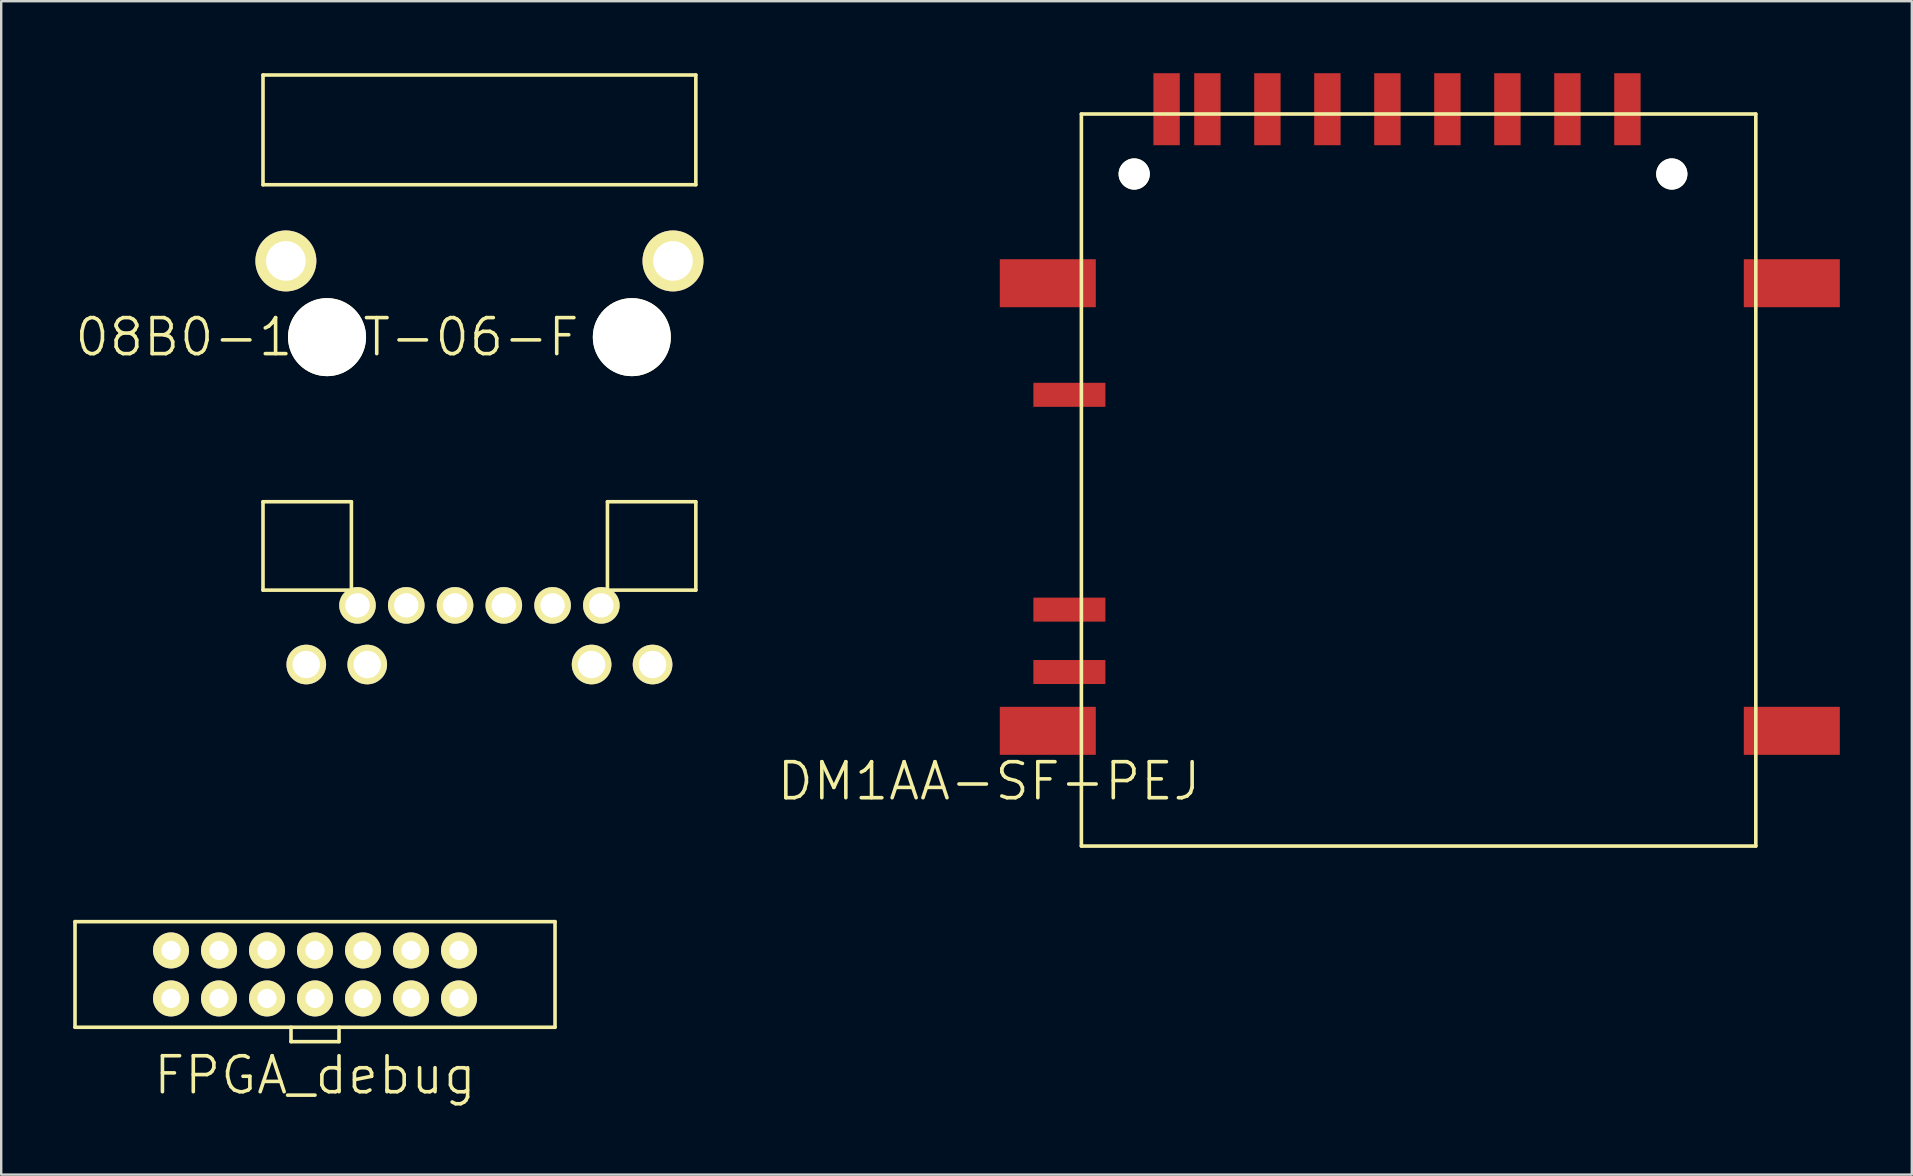
<source format=kicad_pcb>
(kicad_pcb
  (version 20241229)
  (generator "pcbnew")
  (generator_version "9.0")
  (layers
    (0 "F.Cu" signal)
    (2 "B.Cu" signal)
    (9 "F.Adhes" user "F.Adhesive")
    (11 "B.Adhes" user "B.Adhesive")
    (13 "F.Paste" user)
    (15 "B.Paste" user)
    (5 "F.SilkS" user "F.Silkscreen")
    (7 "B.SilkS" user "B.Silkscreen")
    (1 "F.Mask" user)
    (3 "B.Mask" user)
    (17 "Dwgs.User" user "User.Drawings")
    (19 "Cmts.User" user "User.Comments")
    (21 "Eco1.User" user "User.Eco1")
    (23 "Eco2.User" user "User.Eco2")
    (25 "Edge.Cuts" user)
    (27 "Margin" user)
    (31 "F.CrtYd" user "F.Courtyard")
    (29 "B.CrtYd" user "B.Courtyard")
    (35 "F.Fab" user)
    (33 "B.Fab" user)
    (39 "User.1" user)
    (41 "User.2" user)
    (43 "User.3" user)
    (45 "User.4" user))
  (footprint "FPGA_debug"
    (layer "F.Cu")
    (at 10.075 37.55)
    (property "Reference" "FPGA_debug" (at 0 4.2 0) (layer "F.SilkS") (effects (font (size 1.5 1.5) (thickness 0.15))))
    (attr through_hole)
    (fp_line (start -10 -2.2) (end -10 2.2) (stroke (width 0.15) (type solid)) (layer "F.SilkS"))
    (fp_line (start -10 2.2) (end 10 2.2) (stroke (width 0.15) (type solid)) (layer "F.SilkS"))
    (fp_line (start -1 2.2) (end -1 2.8) (stroke (width 0.15) (type solid)) (layer "F.SilkS"))
    (fp_line (start -1 2.8) (end 1 2.8) (stroke (width 0.15) (type solid)) (layer "F.SilkS"))
    (fp_line (start 1 2.8) (end 1 2.2) (stroke (width 0.15) (type solid)) (layer "F.SilkS"))
    (fp_line (start 10 -2.2) (end -10 -2.2) (stroke (width 0.15) (type solid)) (layer "F.SilkS"))
    (fp_line (start 10 2.2) (end 10 -2.2) (stroke (width 0.15) (type solid)) (layer "F.SilkS"))
    (pad "1" thru_hole circle (at -6 1) (size 1.5 1.5) (drill 0.8) (layers "*.Cu" "*.Mask" "F.SilkS"))
    (pad "2" thru_hole circle (at -6 -1) (size 1.5 1.5) (drill 0.8) (layers "*.Cu" "*.Mask" "F.SilkS"))
    (pad "3" thru_hole circle (at -4 1) (size 1.5 1.5) (drill 0.8) (layers "*.Cu" "*.Mask" "F.SilkS"))
    (pad "4" thru_hole circle (at -4 -1) (size 1.5 1.5) (drill 0.8) (layers "*.Cu" "*.Mask" "F.SilkS"))
    (pad "5" thru_hole circle (at -2 1) (size 1.5 1.5) (drill 0.8) (layers "*.Cu" "*.Mask" "F.SilkS"))
    (pad "6" thru_hole circle (at -2 -1) (size 1.5 1.5) (drill 0.8) (layers "*.Cu" "*.Mask" "F.SilkS"))
    (pad "7" thru_hole circle (at 0 1) (size 1.5 1.5) (drill 0.8) (layers "*.Cu" "*.Mask" "F.SilkS"))
    (pad "8" thru_hole circle (at 0 -1) (size 1.5 1.5) (drill 0.8) (layers "*.Cu" "*.Mask" "F.SilkS"))
    (pad "9" thru_hole circle (at 2 1) (size 1.5 1.5) (drill 0.8) (layers "*.Cu" "*.Mask" "F.SilkS"))
    (pad "10" thru_hole circle (at 2 -1) (size 1.5 1.5) (drill 0.8) (layers "*.Cu" "*.Mask" "F.SilkS"))
    (pad "11" thru_hole circle (at 4 1) (size 1.5 1.5) (drill 0.8) (layers "*.Cu" "*.Mask" "F.SilkS"))
    (pad "12" thru_hole circle (at 4 -1) (size 1.5 1.5) (drill 0.8) (layers "*.Cu" "*.Mask" "F.SilkS"))
    (pad "13" thru_hole circle (at 6 1) (size 1.5 1.5) (drill 0.8) (layers "*.Cu" "*.Mask" "F.SilkS"))
    (pad "14" thru_hole circle (at 6 -1) (size 1.5 1.5) (drill 0.8) (layers "*.Cu" "*.Mask" "F.SilkS")))
  (footprint "08B0-1D1T-06-F"
    (layer "F.Cu")
    (at 10.575 10.997)
    (property "Reference" "08B0-1D1T-06-F" (at 0 0 0) (layer "F.SilkS") (effects (font (size 1.5 1.5) (thickness 0.15))))
    (attr through_hole)
    (fp_line (start -2.667 -10.922) (end 15.367 -10.922) (stroke (width 0.15) (type solid)) (layer "F.SilkS"))
    (fp_line (start -2.667 -6.35) (end -2.667 -10.922) (stroke (width 0.15) (type solid)) (layer "F.SilkS"))
    (fp_line (start -2.667 6.858) (end -2.667 10.541) (stroke (width 0.15) (type solid)) (layer "F.SilkS"))
    (fp_line (start -2.667 10.541) (end 1.016 10.541) (stroke (width 0.15) (type solid)) (layer "F.SilkS"))
    (fp_line (start 1.016 6.858) (end -2.667 6.858) (stroke (width 0.15) (type solid)) (layer "F.SilkS"))
    (fp_line (start 1.016 10.541) (end 1.016 6.858) (stroke (width 0.15) (type solid)) (layer "F.SilkS"))
    (fp_line (start 11.684 6.858) (end 11.684 10.541) (stroke (width 0.15) (type solid)) (layer "F.SilkS"))
    (fp_line (start 11.684 6.858) (end 15.367 6.858) (stroke (width 0.15) (type solid)) (layer "F.SilkS"))
    (fp_line (start 11.684 10.541) (end 15.367 10.541) (stroke (width 0.15) (type solid)) (layer "F.SilkS"))
    (fp_line (start 15.367 -10.922) (end 15.367 -6.35) (stroke (width 0.15) (type solid)) (layer "F.SilkS"))
    (fp_line (start 15.367 -6.35) (end -2.667 -6.35) (stroke (width 0.15) (type solid)) (layer "F.SilkS"))
    (fp_line (start 15.367 10.541) (end 15.367 6.858) (stroke (width 0.15) (type solid)) (layer "F.SilkS"))
    (pad "" np_thru_hole circle (at 0 0) (size 3.251 3.251) (drill 3.251) (layers "*.Cu" "*.Mask" "F.SilkS"))
    (pad "" np_thru_hole circle (at 12.7 0) (size 3.251 3.251) (drill 3.251) (layers "*.Cu" "*.Mask" "F.SilkS"))
    (pad "1" thru_hole circle (at 1.27 11.176) (size 1.524 1.524) (drill 1.016) (layers "*.Cu" "*.Mask" "F.SilkS"))
    (pad "2" thru_hole circle (at 3.302 11.176) (size 1.524 1.524) (drill 1.016) (layers "*.Cu" "*.Mask" "F.SilkS"))
    (pad "3" thru_hole circle (at 5.334 11.176) (size 1.524 1.524) (drill 1.016) (layers "*.Cu" "*.Mask" "F.SilkS"))
    (pad "4" thru_hole circle (at 7.366 11.176) (size 1.524 1.524) (drill 1.016) (layers "*.Cu" "*.Mask" "F.SilkS"))
    (pad "5" thru_hole circle (at 9.398 11.176) (size 1.524 1.524) (drill 1.016) (layers "*.Cu" "*.Mask" "F.SilkS"))
    (pad "6" thru_hole circle (at 11.43 11.176) (size 1.524 1.524) (drill 1.016) (layers "*.Cu" "*.Mask" "F.SilkS"))
    (pad "7" thru_hole circle (at -0.864 13.64) (size 1.651 1.651) (drill 1.143) (layers "*.Cu" "*.Mask" "F.SilkS"))
    (pad "8" thru_hole circle (at 1.676 13.64) (size 1.651 1.651) (drill 1.143) (layers "*.Cu" "*.Mask" "F.SilkS"))
    (pad "9" thru_hole circle (at 11.024 13.64) (size 1.651 1.651) (drill 1.143) (layers "*.Cu" "*.Mask" "F.SilkS"))
    (pad "10" thru_hole circle (at 13.564 13.64) (size 1.651 1.651) (drill 1.143) (layers "*.Cu" "*.Mask" "F.SilkS"))
    (pad "SH" thru_hole circle (at -1.714 -3.175) (size 2.54 2.54) (drill 1.651) (layers "*.Cu" "*.Mask" "F.SilkS"))
    (pad "SH" thru_hole circle (at 14.415 -3.175) (size 2.54 2.54) (drill 1.651) (layers "*.Cu" "*.Mask" "F.SilkS")))
  (footprint "DM1AA-SF-PEJ"
    (layer "F.Cu")
    (at 64.756 2)
    (property "Reference" "DM1AA-SF-PEJ" (at -26.6 27.5 0) (layer "F.SilkS") (effects (font (size 1.5 1.5) (thickness 0.15))))
    (attr through_hole)
    (fp_line (start -22.75 -0.3) (end -22.75 30.2) (stroke (width 0.15) (type solid)) (layer "F.SilkS"))
    (fp_line (start -22.75 -0.3) (end 5.35 -0.3) (stroke (width 0.15) (type solid)) (layer "F.SilkS"))
    (fp_line (start -22.75 30.2) (end 5.35 30.2) (stroke (width 0.15) (type solid)) (layer "F.SilkS"))
    (fp_line (start 5.35 -0.3) (end 5.35 30.2) (stroke (width 0.15) (type solid)) (layer "F.SilkS"))
    (pad "" np_thru_hole circle (at -20.55 2.2) (size 1.3 1.3) (drill 1.3) (layers "*.Cu" "*.Mask" "F.SilkS"))
    (pad "" np_thru_hole circle (at 1.85 2.2) (size 1.3 1.3) (drill 1.3) (layers "*.Cu" "*.Mask" "F.SilkS"))
    (pad "1" smd rect (at -2.5 -0.5) (size 1.1 3) (layers "F.Cu" "F.Mask"))
    (pad "2" smd rect (at -5 -0.5) (size 1.1 3) (layers "F.Cu" "F.Mask"))
    (pad "3" smd rect (at -7.5 -0.5) (size 1.1 3) (layers "F.Cu" "F.Mask"))
    (pad "4" smd rect (at -10 -0.5) (size 1.1 3) (layers "F.Cu" "F.Mask"))
    (pad "5" smd rect (at -12.5 -0.5) (size 1.1 3) (layers "F.Cu" "F.Mask"))
    (pad "6" smd rect (at -15 -0.5) (size 1.1 3) (layers "F.Cu" "F.Mask"))
    (pad "7" smd rect (at -17.5 -0.5) (size 1.1 3) (layers "F.Cu" "F.Mask"))
    (pad "8" smd rect (at -19.2 -0.5) (size 1.1 3) (layers "F.Cu" "F.Mask"))
    (pad "9" smd rect (at 0 -0.5) (size 1.1 3) (layers "F.Cu" "F.Mask"))
    (pad "10" smd rect (at -23.25 11.4) (size 3 1) (layers "F.Cu" "F.Mask"))
    (pad "11" smd rect (at -23.25 20.35) (size 3 1) (layers "F.Cu" "F.Mask"))
    (pad "12" smd rect (at -23.25 22.95) (size 3 1) (layers "F.Cu" "F.Mask"))
    (pad "13" smd rect (at -24.15 6.75) (size 4 2) (layers "F.Cu" "F.Mask"))
    (pad "14" smd rect (at -24.15 25.4) (size 4 2) (layers "F.Cu" "F.Mask"))
    (pad "15" smd rect (at 6.85 25.4) (size 4 2) (layers "F.Cu" "F.Mask"))
    (pad "16" smd rect (at 6.85 6.75) (size 4 2) (layers "F.Cu" "F.Mask")))
  (gr_rect
    (start -3 -3)
    (end 76.606 45.891)
    (stroke (width 0.1) (type default))
    (fill no)
    (layer "Edge.Cuts")))
</source>
